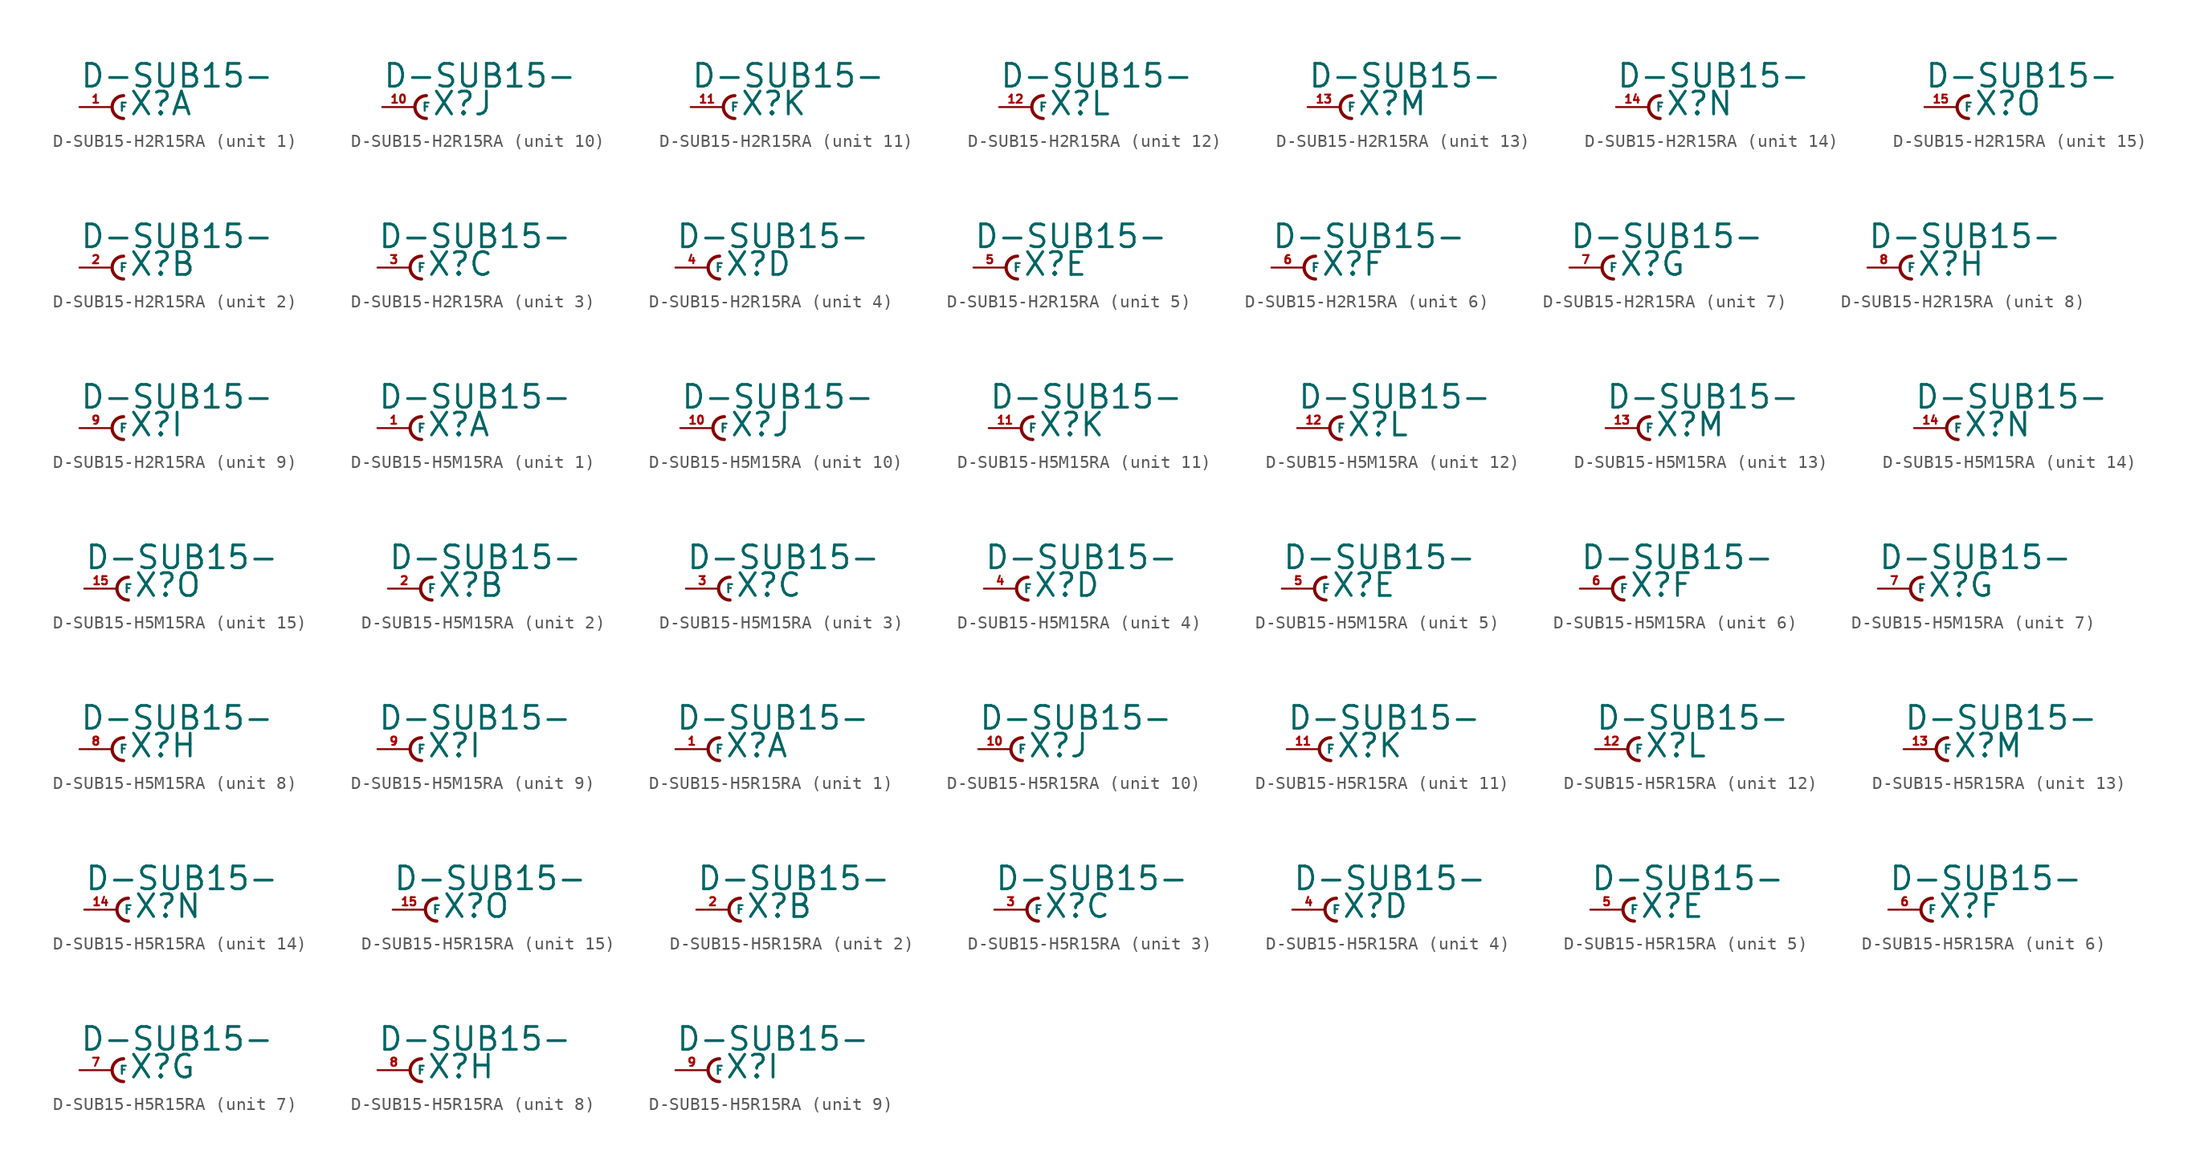
<source format=kicad_sym>
(kicad_symbol_lib
  (version 20220914)
  (generator Eagle2Kicad)
  (symbol "D-SUB15-H2R15RA"
    (property "Reference" "X"
      (at 1.27 -0.762 0)
      (effects (font (size 1.778 1.778) (thickness 0.22)) (justify left bottom)))
    (property "Value" "D-SUB15-"
      (at -2.54 1.397 0)
      (effects (font (size 1.778 1.778) (thickness 0.22)) (justify left bottom)))
    (symbol "D-SUB15-H2R15RA_1_0"
      (arc (start 0.889 0.889) (mid 0.000 0.000) (end 0.889 -0.889) (stroke (width 0.254) (type default)) (fill (type none)))
      (pin passive line (at -2.54 0 0) (length 2.54) (name "F" (effects (font (size 0.635 0.635) (thickness 0.08)) (justify left bottom))) (number "1" (effects (font (size 0.635 0.635) (thickness 0.08)) (justify left bottom)))))
    (symbol "D-SUB15-H2R15RA_2_0"
      (arc (start 0.889 0.889) (mid 0.000 0.000) (end 0.889 -0.889) (stroke (width 0.254) (type default)) (fill (type none)))
      (pin passive line (at -2.54 0 0) (length 2.54) (name "F" (effects (font (size 0.635 0.635) (thickness 0.08)) (justify left bottom))) (number "2" (effects (font (size 0.635 0.635) (thickness 0.08)) (justify left bottom)))))
    (symbol "D-SUB15-H2R15RA_3_0"
      (arc (start 0.889 0.889) (mid 0.000 0.000) (end 0.889 -0.889) (stroke (width 0.254) (type default)) (fill (type none)))
      (pin passive line (at -2.54 0 0) (length 2.54) (name "F" (effects (font (size 0.635 0.635) (thickness 0.08)) (justify left bottom))) (number "3" (effects (font (size 0.635 0.635) (thickness 0.08)) (justify left bottom)))))
    (symbol "D-SUB15-H2R15RA_4_0"
      (arc (start 0.889 0.889) (mid 0.000 0.000) (end 0.889 -0.889) (stroke (width 0.254) (type default)) (fill (type none)))
      (pin passive line (at -2.54 0 0) (length 2.54) (name "F" (effects (font (size 0.635 0.635) (thickness 0.08)) (justify left bottom))) (number "4" (effects (font (size 0.635 0.635) (thickness 0.08)) (justify left bottom)))))
    (symbol "D-SUB15-H2R15RA_5_0"
      (arc (start 0.889 0.889) (mid 0.000 0.000) (end 0.889 -0.889) (stroke (width 0.254) (type default)) (fill (type none)))
      (pin passive line (at -2.54 0 0) (length 2.54) (name "F" (effects (font (size 0.635 0.635) (thickness 0.08)) (justify left bottom))) (number "5" (effects (font (size 0.635 0.635) (thickness 0.08)) (justify left bottom)))))
    (symbol "D-SUB15-H2R15RA_6_0"
      (arc (start 0.889 0.889) (mid 0.000 0.000) (end 0.889 -0.889) (stroke (width 0.254) (type default)) (fill (type none)))
      (pin passive line (at -2.54 0 0) (length 2.54) (name "F" (effects (font (size 0.635 0.635) (thickness 0.08)) (justify left bottom))) (number "6" (effects (font (size 0.635 0.635) (thickness 0.08)) (justify left bottom)))))
    (symbol "D-SUB15-H2R15RA_7_0"
      (arc (start 0.889 0.889) (mid 0.000 0.000) (end 0.889 -0.889) (stroke (width 0.254) (type default)) (fill (type none)))
      (pin passive line (at -2.54 0 0) (length 2.54) (name "F" (effects (font (size 0.635 0.635) (thickness 0.08)) (justify left bottom))) (number "7" (effects (font (size 0.635 0.635) (thickness 0.08)) (justify left bottom)))))
    (symbol "D-SUB15-H2R15RA_8_0"
      (arc (start 0.889 0.889) (mid 0.000 0.000) (end 0.889 -0.889) (stroke (width 0.254) (type default)) (fill (type none)))
      (pin passive line (at -2.54 0 0) (length 2.54) (name "F" (effects (font (size 0.635 0.635) (thickness 0.08)) (justify left bottom))) (number "8" (effects (font (size 0.635 0.635) (thickness 0.08)) (justify left bottom)))))
    (symbol "D-SUB15-H2R15RA_9_0"
      (arc (start 0.889 0.889) (mid 0.000 0.000) (end 0.889 -0.889) (stroke (width 0.254) (type default)) (fill (type none)))
      (pin passive line (at -2.54 0 0) (length 2.54) (name "F" (effects (font (size 0.635 0.635) (thickness 0.08)) (justify left bottom))) (number "9" (effects (font (size 0.635 0.635) (thickness 0.08)) (justify left bottom)))))
    (symbol "D-SUB15-H2R15RA_10_0"
      (arc (start 0.889 0.889) (mid 0.000 0.000) (end 0.889 -0.889) (stroke (width 0.254) (type default)) (fill (type none)))
      (pin passive line (at -2.54 0 0) (length 2.54) (name "F" (effects (font (size 0.635 0.635) (thickness 0.08)) (justify left bottom))) (number "10" (effects (font (size 0.635 0.635) (thickness 0.08)) (justify left bottom)))))
    (symbol "D-SUB15-H2R15RA_11_0"
      (arc (start 0.889 0.889) (mid 0.000 0.000) (end 0.889 -0.889) (stroke (width 0.254) (type default)) (fill (type none)))
      (pin passive line (at -2.54 0 0) (length 2.54) (name "F" (effects (font (size 0.635 0.635) (thickness 0.08)) (justify left bottom))) (number "11" (effects (font (size 0.635 0.635) (thickness 0.08)) (justify left bottom)))))
    (symbol "D-SUB15-H2R15RA_12_0"
      (arc (start 0.889 0.889) (mid 0.000 0.000) (end 0.889 -0.889) (stroke (width 0.254) (type default)) (fill (type none)))
      (pin passive line (at -2.54 0 0) (length 2.54) (name "F" (effects (font (size 0.635 0.635) (thickness 0.08)) (justify left bottom))) (number "12" (effects (font (size 0.635 0.635) (thickness 0.08)) (justify left bottom)))))
    (symbol "D-SUB15-H2R15RA_13_0"
      (arc (start 0.889 0.889) (mid 0.000 0.000) (end 0.889 -0.889) (stroke (width 0.254) (type default)) (fill (type none)))
      (pin passive line (at -2.54 0 0) (length 2.54) (name "F" (effects (font (size 0.635 0.635) (thickness 0.08)) (justify left bottom))) (number "13" (effects (font (size 0.635 0.635) (thickness 0.08)) (justify left bottom)))))
    (symbol "D-SUB15-H2R15RA_14_0"
      (arc (start 0.889 0.889) (mid 0.000 0.000) (end 0.889 -0.889) (stroke (width 0.254) (type default)) (fill (type none)))
      (pin passive line (at -2.54 0 0) (length 2.54) (name "F" (effects (font (size 0.635 0.635) (thickness 0.08)) (justify left bottom))) (number "14" (effects (font (size 0.635 0.635) (thickness 0.08)) (justify left bottom)))))
    (symbol "D-SUB15-H2R15RA_15_0"
      (arc (start 0.889 0.889) (mid 0.000 0.000) (end 0.889 -0.889) (stroke (width 0.254) (type default)) (fill (type none)))
      (pin passive line (at -2.54 0 0) (length 2.54) (name "F" (effects (font (size 0.635 0.635) (thickness 0.08)) (justify left bottom))) (number "15" (effects (font (size 0.635 0.635) (thickness 0.08)) (justify left bottom))))))
  (symbol "D-SUB15-H5M15RA"
    (property "Reference" "X"
      (at 1.27 -0.762 0)
      (effects (font (size 1.778 1.778) (thickness 0.22)) (justify left bottom)))
    (property "Value" "D-SUB15-"
      (at -2.54 1.397 0)
      (effects (font (size 1.778 1.778) (thickness 0.22)) (justify left bottom)))
    (symbol "D-SUB15-H5M15RA_1_0"
      (arc (start 0.889 0.889) (mid 0.000 0.000) (end 0.889 -0.889) (stroke (width 0.254) (type default)) (fill (type none)))
      (pin passive line (at -2.54 0 0) (length 2.54) (name "F" (effects (font (size 0.635 0.635) (thickness 0.08)) (justify left bottom))) (number "1" (effects (font (size 0.635 0.635) (thickness 0.08)) (justify left bottom)))))
    (symbol "D-SUB15-H5M15RA_2_0"
      (arc (start 0.889 0.889) (mid 0.000 0.000) (end 0.889 -0.889) (stroke (width 0.254) (type default)) (fill (type none)))
      (pin passive line (at -2.54 0 0) (length 2.54) (name "F" (effects (font (size 0.635 0.635) (thickness 0.08)) (justify left bottom))) (number "2" (effects (font (size 0.635 0.635) (thickness 0.08)) (justify left bottom)))))
    (symbol "D-SUB15-H5M15RA_3_0"
      (arc (start 0.889 0.889) (mid 0.000 0.000) (end 0.889 -0.889) (stroke (width 0.254) (type default)) (fill (type none)))
      (pin passive line (at -2.54 0 0) (length 2.54) (name "F" (effects (font (size 0.635 0.635) (thickness 0.08)) (justify left bottom))) (number "3" (effects (font (size 0.635 0.635) (thickness 0.08)) (justify left bottom)))))
    (symbol "D-SUB15-H5M15RA_4_0"
      (arc (start 0.889 0.889) (mid 0.000 0.000) (end 0.889 -0.889) (stroke (width 0.254) (type default)) (fill (type none)))
      (pin passive line (at -2.54 0 0) (length 2.54) (name "F" (effects (font (size 0.635 0.635) (thickness 0.08)) (justify left bottom))) (number "4" (effects (font (size 0.635 0.635) (thickness 0.08)) (justify left bottom)))))
    (symbol "D-SUB15-H5M15RA_5_0"
      (arc (start 0.889 0.889) (mid 0.000 0.000) (end 0.889 -0.889) (stroke (width 0.254) (type default)) (fill (type none)))
      (pin passive line (at -2.54 0 0) (length 2.54) (name "F" (effects (font (size 0.635 0.635) (thickness 0.08)) (justify left bottom))) (number "5" (effects (font (size 0.635 0.635) (thickness 0.08)) (justify left bottom)))))
    (symbol "D-SUB15-H5M15RA_6_0"
      (arc (start 0.889 0.889) (mid 0.000 0.000) (end 0.889 -0.889) (stroke (width 0.254) (type default)) (fill (type none)))
      (pin passive line (at -2.54 0 0) (length 2.54) (name "F" (effects (font (size 0.635 0.635) (thickness 0.08)) (justify left bottom))) (number "6" (effects (font (size 0.635 0.635) (thickness 0.08)) (justify left bottom)))))
    (symbol "D-SUB15-H5M15RA_7_0"
      (arc (start 0.889 0.889) (mid 0.000 0.000) (end 0.889 -0.889) (stroke (width 0.254) (type default)) (fill (type none)))
      (pin passive line (at -2.54 0 0) (length 2.54) (name "F" (effects (font (size 0.635 0.635) (thickness 0.08)) (justify left bottom))) (number "7" (effects (font (size 0.635 0.635) (thickness 0.08)) (justify left bottom)))))
    (symbol "D-SUB15-H5M15RA_8_0"
      (arc (start 0.889 0.889) (mid 0.000 0.000) (end 0.889 -0.889) (stroke (width 0.254) (type default)) (fill (type none)))
      (pin passive line (at -2.54 0 0) (length 2.54) (name "F" (effects (font (size 0.635 0.635) (thickness 0.08)) (justify left bottom))) (number "8" (effects (font (size 0.635 0.635) (thickness 0.08)) (justify left bottom)))))
    (symbol "D-SUB15-H5M15RA_9_0"
      (arc (start 0.889 0.889) (mid 0.000 0.000) (end 0.889 -0.889) (stroke (width 0.254) (type default)) (fill (type none)))
      (pin passive line (at -2.54 0 0) (length 2.54) (name "F" (effects (font (size 0.635 0.635) (thickness 0.08)) (justify left bottom))) (number "9" (effects (font (size 0.635 0.635) (thickness 0.08)) (justify left bottom)))))
    (symbol "D-SUB15-H5M15RA_10_0"
      (arc (start 0.889 0.889) (mid 0.000 0.000) (end 0.889 -0.889) (stroke (width 0.254) (type default)) (fill (type none)))
      (pin passive line (at -2.54 0 0) (length 2.54) (name "F" (effects (font (size 0.635 0.635) (thickness 0.08)) (justify left bottom))) (number "10" (effects (font (size 0.635 0.635) (thickness 0.08)) (justify left bottom)))))
    (symbol "D-SUB15-H5M15RA_11_0"
      (arc (start 0.889 0.889) (mid 0.000 0.000) (end 0.889 -0.889) (stroke (width 0.254) (type default)) (fill (type none)))
      (pin passive line (at -2.54 0 0) (length 2.54) (name "F" (effects (font (size 0.635 0.635) (thickness 0.08)) (justify left bottom))) (number "11" (effects (font (size 0.635 0.635) (thickness 0.08)) (justify left bottom)))))
    (symbol "D-SUB15-H5M15RA_12_0"
      (arc (start 0.889 0.889) (mid 0.000 0.000) (end 0.889 -0.889) (stroke (width 0.254) (type default)) (fill (type none)))
      (pin passive line (at -2.54 0 0) (length 2.54) (name "F" (effects (font (size 0.635 0.635) (thickness 0.08)) (justify left bottom))) (number "12" (effects (font (size 0.635 0.635) (thickness 0.08)) (justify left bottom)))))
    (symbol "D-SUB15-H5M15RA_13_0"
      (arc (start 0.889 0.889) (mid 0.000 0.000) (end 0.889 -0.889) (stroke (width 0.254) (type default)) (fill (type none)))
      (pin passive line (at -2.54 0 0) (length 2.54) (name "F" (effects (font (size 0.635 0.635) (thickness 0.08)) (justify left bottom))) (number "13" (effects (font (size 0.635 0.635) (thickness 0.08)) (justify left bottom)))))
    (symbol "D-SUB15-H5M15RA_14_0"
      (arc (start 0.889 0.889) (mid 0.000 0.000) (end 0.889 -0.889) (stroke (width 0.254) (type default)) (fill (type none)))
      (pin passive line (at -2.54 0 0) (length 2.54) (name "F" (effects (font (size 0.635 0.635) (thickness 0.08)) (justify left bottom))) (number "14" (effects (font (size 0.635 0.635) (thickness 0.08)) (justify left bottom)))))
    (symbol "D-SUB15-H5M15RA_15_0"
      (arc (start 0.889 0.889) (mid 0.000 0.000) (end 0.889 -0.889) (stroke (width 0.254) (type default)) (fill (type none)))
      (pin passive line (at -2.54 0 0) (length 2.54) (name "F" (effects (font (size 0.635 0.635) (thickness 0.08)) (justify left bottom))) (number "15" (effects (font (size 0.635 0.635) (thickness 0.08)) (justify left bottom))))))
  (symbol "D-SUB15-H5R15RA"
    (property "Reference" "X"
      (at 1.27 -0.762 0)
      (effects (font (size 1.778 1.778) (thickness 0.22)) (justify left bottom)))
    (property "Value" "D-SUB15-"
      (at -2.54 1.397 0)
      (effects (font (size 1.778 1.778) (thickness 0.22)) (justify left bottom)))
    (symbol "D-SUB15-H5R15RA_1_0"
      (arc (start 0.889 0.889) (mid 0.000 0.000) (end 0.889 -0.889) (stroke (width 0.254) (type default)) (fill (type none)))
      (pin passive line (at -2.54 0 0) (length 2.54) (name "F" (effects (font (size 0.635 0.635) (thickness 0.08)) (justify left bottom))) (number "1" (effects (font (size 0.635 0.635) (thickness 0.08)) (justify left bottom)))))
    (symbol "D-SUB15-H5R15RA_2_0"
      (arc (start 0.889 0.889) (mid 0.000 0.000) (end 0.889 -0.889) (stroke (width 0.254) (type default)) (fill (type none)))
      (pin passive line (at -2.54 0 0) (length 2.54) (name "F" (effects (font (size 0.635 0.635) (thickness 0.08)) (justify left bottom))) (number "2" (effects (font (size 0.635 0.635) (thickness 0.08)) (justify left bottom)))))
    (symbol "D-SUB15-H5R15RA_3_0"
      (arc (start 0.889 0.889) (mid 0.000 0.000) (end 0.889 -0.889) (stroke (width 0.254) (type default)) (fill (type none)))
      (pin passive line (at -2.54 0 0) (length 2.54) (name "F" (effects (font (size 0.635 0.635) (thickness 0.08)) (justify left bottom))) (number "3" (effects (font (size 0.635 0.635) (thickness 0.08)) (justify left bottom)))))
    (symbol "D-SUB15-H5R15RA_4_0"
      (arc (start 0.889 0.889) (mid 0.000 0.000) (end 0.889 -0.889) (stroke (width 0.254) (type default)) (fill (type none)))
      (pin passive line (at -2.54 0 0) (length 2.54) (name "F" (effects (font (size 0.635 0.635) (thickness 0.08)) (justify left bottom))) (number "4" (effects (font (size 0.635 0.635) (thickness 0.08)) (justify left bottom)))))
    (symbol "D-SUB15-H5R15RA_5_0"
      (arc (start 0.889 0.889) (mid 0.000 0.000) (end 0.889 -0.889) (stroke (width 0.254) (type default)) (fill (type none)))
      (pin passive line (at -2.54 0 0) (length 2.54) (name "F" (effects (font (size 0.635 0.635) (thickness 0.08)) (justify left bottom))) (number "5" (effects (font (size 0.635 0.635) (thickness 0.08)) (justify left bottom)))))
    (symbol "D-SUB15-H5R15RA_6_0"
      (arc (start 0.889 0.889) (mid 0.000 0.000) (end 0.889 -0.889) (stroke (width 0.254) (type default)) (fill (type none)))
      (pin passive line (at -2.54 0 0) (length 2.54) (name "F" (effects (font (size 0.635 0.635) (thickness 0.08)) (justify left bottom))) (number "6" (effects (font (size 0.635 0.635) (thickness 0.08)) (justify left bottom)))))
    (symbol "D-SUB15-H5R15RA_7_0"
      (arc (start 0.889 0.889) (mid 0.000 0.000) (end 0.889 -0.889) (stroke (width 0.254) (type default)) (fill (type none)))
      (pin passive line (at -2.54 0 0) (length 2.54) (name "F" (effects (font (size 0.635 0.635) (thickness 0.08)) (justify left bottom))) (number "7" (effects (font (size 0.635 0.635) (thickness 0.08)) (justify left bottom)))))
    (symbol "D-SUB15-H5R15RA_8_0"
      (arc (start 0.889 0.889) (mid 0.000 0.000) (end 0.889 -0.889) (stroke (width 0.254) (type default)) (fill (type none)))
      (pin passive line (at -2.54 0 0) (length 2.54) (name "F" (effects (font (size 0.635 0.635) (thickness 0.08)) (justify left bottom))) (number "8" (effects (font (size 0.635 0.635) (thickness 0.08)) (justify left bottom)))))
    (symbol "D-SUB15-H5R15RA_9_0"
      (arc (start 0.889 0.889) (mid 0.000 0.000) (end 0.889 -0.889) (stroke (width 0.254) (type default)) (fill (type none)))
      (pin passive line (at -2.54 0 0) (length 2.54) (name "F" (effects (font (size 0.635 0.635) (thickness 0.08)) (justify left bottom))) (number "9" (effects (font (size 0.635 0.635) (thickness 0.08)) (justify left bottom)))))
    (symbol "D-SUB15-H5R15RA_10_0"
      (arc (start 0.889 0.889) (mid 0.000 0.000) (end 0.889 -0.889) (stroke (width 0.254) (type default)) (fill (type none)))
      (pin passive line (at -2.54 0 0) (length 2.54) (name "F" (effects (font (size 0.635 0.635) (thickness 0.08)) (justify left bottom))) (number "10" (effects (font (size 0.635 0.635) (thickness 0.08)) (justify left bottom)))))
    (symbol "D-SUB15-H5R15RA_11_0"
      (arc (start 0.889 0.889) (mid 0.000 0.000) (end 0.889 -0.889) (stroke (width 0.254) (type default)) (fill (type none)))
      (pin passive line (at -2.54 0 0) (length 2.54) (name "F" (effects (font (size 0.635 0.635) (thickness 0.08)) (justify left bottom))) (number "11" (effects (font (size 0.635 0.635) (thickness 0.08)) (justify left bottom)))))
    (symbol "D-SUB15-H5R15RA_12_0"
      (arc (start 0.889 0.889) (mid 0.000 0.000) (end 0.889 -0.889) (stroke (width 0.254) (type default)) (fill (type none)))
      (pin passive line (at -2.54 0 0) (length 2.54) (name "F" (effects (font (size 0.635 0.635) (thickness 0.08)) (justify left bottom))) (number "12" (effects (font (size 0.635 0.635) (thickness 0.08)) (justify left bottom)))))
    (symbol "D-SUB15-H5R15RA_13_0"
      (arc (start 0.889 0.889) (mid 0.000 0.000) (end 0.889 -0.889) (stroke (width 0.254) (type default)) (fill (type none)))
      (pin passive line (at -2.54 0 0) (length 2.54) (name "F" (effects (font (size 0.635 0.635) (thickness 0.08)) (justify left bottom))) (number "13" (effects (font (size 0.635 0.635) (thickness 0.08)) (justify left bottom)))))
    (symbol "D-SUB15-H5R15RA_14_0"
      (arc (start 0.889 0.889) (mid 0.000 0.000) (end 0.889 -0.889) (stroke (width 0.254) (type default)) (fill (type none)))
      (pin passive line (at -2.54 0 0) (length 2.54) (name "F" (effects (font (size 0.635 0.635) (thickness 0.08)) (justify left bottom))) (number "14" (effects (font (size 0.635 0.635) (thickness 0.08)) (justify left bottom)))))
    (symbol "D-SUB15-H5R15RA_15_0"
      (arc (start 0.889 0.889) (mid 0.000 0.000) (end 0.889 -0.889) (stroke (width 0.254) (type default)) (fill (type none)))
      (pin passive line (at -2.54 0 0) (length 2.54) (name "F" (effects (font (size 0.635 0.635) (thickness 0.08)) (justify left bottom))) (number "15" (effects (font (size 0.635 0.635) (thickness 0.08)) (justify left bottom)))))))
</source>
